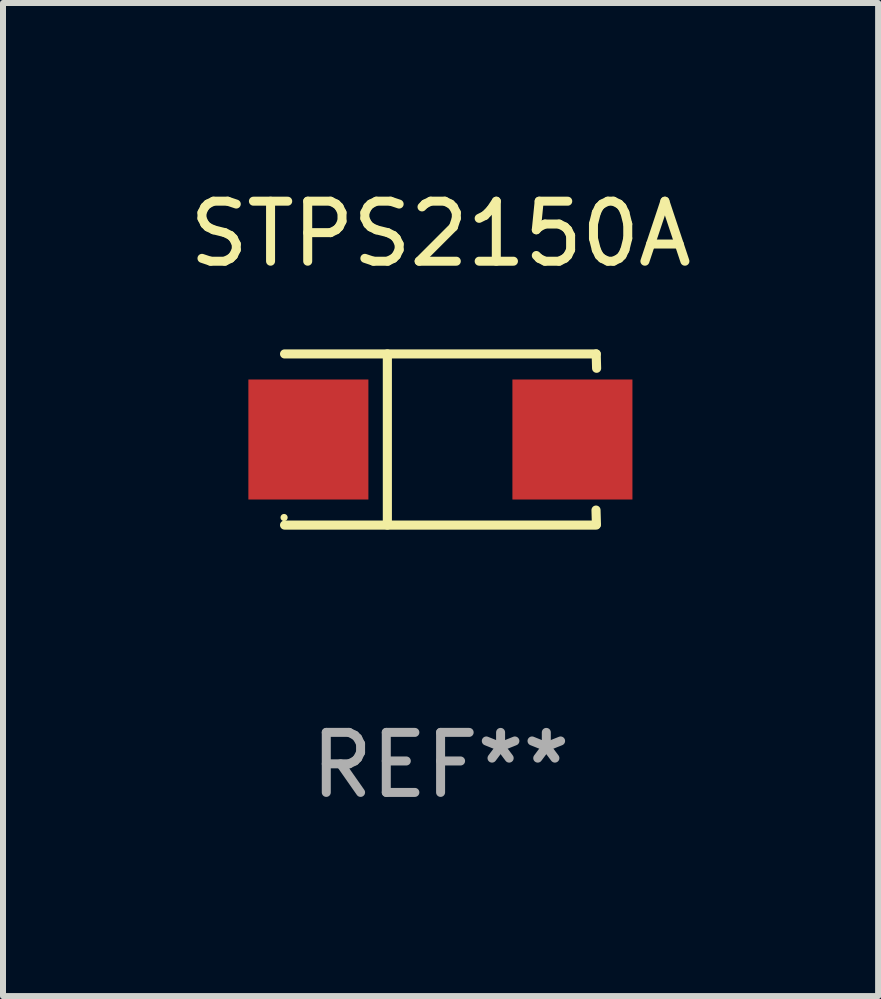
<source format=kicad_pcb>
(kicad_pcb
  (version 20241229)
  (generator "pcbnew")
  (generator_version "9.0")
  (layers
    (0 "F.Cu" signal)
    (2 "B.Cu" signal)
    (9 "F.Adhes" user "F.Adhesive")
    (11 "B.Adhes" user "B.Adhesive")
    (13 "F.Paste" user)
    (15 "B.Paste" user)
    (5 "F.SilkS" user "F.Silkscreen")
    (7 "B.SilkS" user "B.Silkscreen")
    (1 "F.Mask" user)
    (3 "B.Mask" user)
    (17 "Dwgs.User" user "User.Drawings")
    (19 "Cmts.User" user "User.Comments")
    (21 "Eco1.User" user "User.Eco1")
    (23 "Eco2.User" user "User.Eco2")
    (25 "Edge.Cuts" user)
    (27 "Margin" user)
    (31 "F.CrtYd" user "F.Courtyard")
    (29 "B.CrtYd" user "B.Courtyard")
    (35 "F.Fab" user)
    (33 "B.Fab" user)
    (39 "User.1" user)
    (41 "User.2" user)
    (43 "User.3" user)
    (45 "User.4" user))
  (footprint "STPS2150A"
    (layer "F.Cu")
    (at 4.292 4.274)
    (property "Reference" "STPS2150A" (at 0 -3.426 0) (layer "F.SilkS") (effects (font (size 1 1) (thickness 0.15))))
    (attr through_hole)
    (fp_line (start -2.6 -1.426) (end 2.593 -1.426) (stroke (width 0.152) (type solid)) (layer "F.SilkS"))
    (fp_line (start -2.6 1.426) (end 2.593 1.426) (stroke (width 0.152) (type solid)) (layer "F.SilkS"))
    (fp_line (start -0.887 -1.426) (end -0.887 1.426) (stroke (width 0.152) (type solid)) (layer "F.SilkS"))
    (fp_line (start 2.59 1.176) (end 2.597 1.415) (stroke (width 0.152) (type solid)) (layer "F.SilkS"))
    (fp_line (start 2.593 -1.426) (end 2.6 -1.187) (stroke (width 0.152) (type solid)) (layer "F.SilkS"))
    (fp_circle (center -2.608 1.3) (end -2.578 1.3) (stroke (width 0.06) (type solid)) (fill no) (layer "F.SilkS"))
    (fp_text user "REF**" (at 0 5.426 0) (layer "F.Fab") (effects (font (size 1 1) (thickness 0.15))))
    (pad "1" smd rect (at -2.203 0 180) (size 2 2) (layers "F.Cu" "F.Mask" "F.Paste"))
    (pad "2" smd rect (at 2.197 0 180) (size 2 2) (layers "F.Cu" "F.Mask" "F.Paste")))
  (gr_rect
    (start -3 -3)
    (end 11.583 13.549)
    (stroke (width 0.1) (type default))
    (fill no)
    (layer "Edge.Cuts")))
</source>
